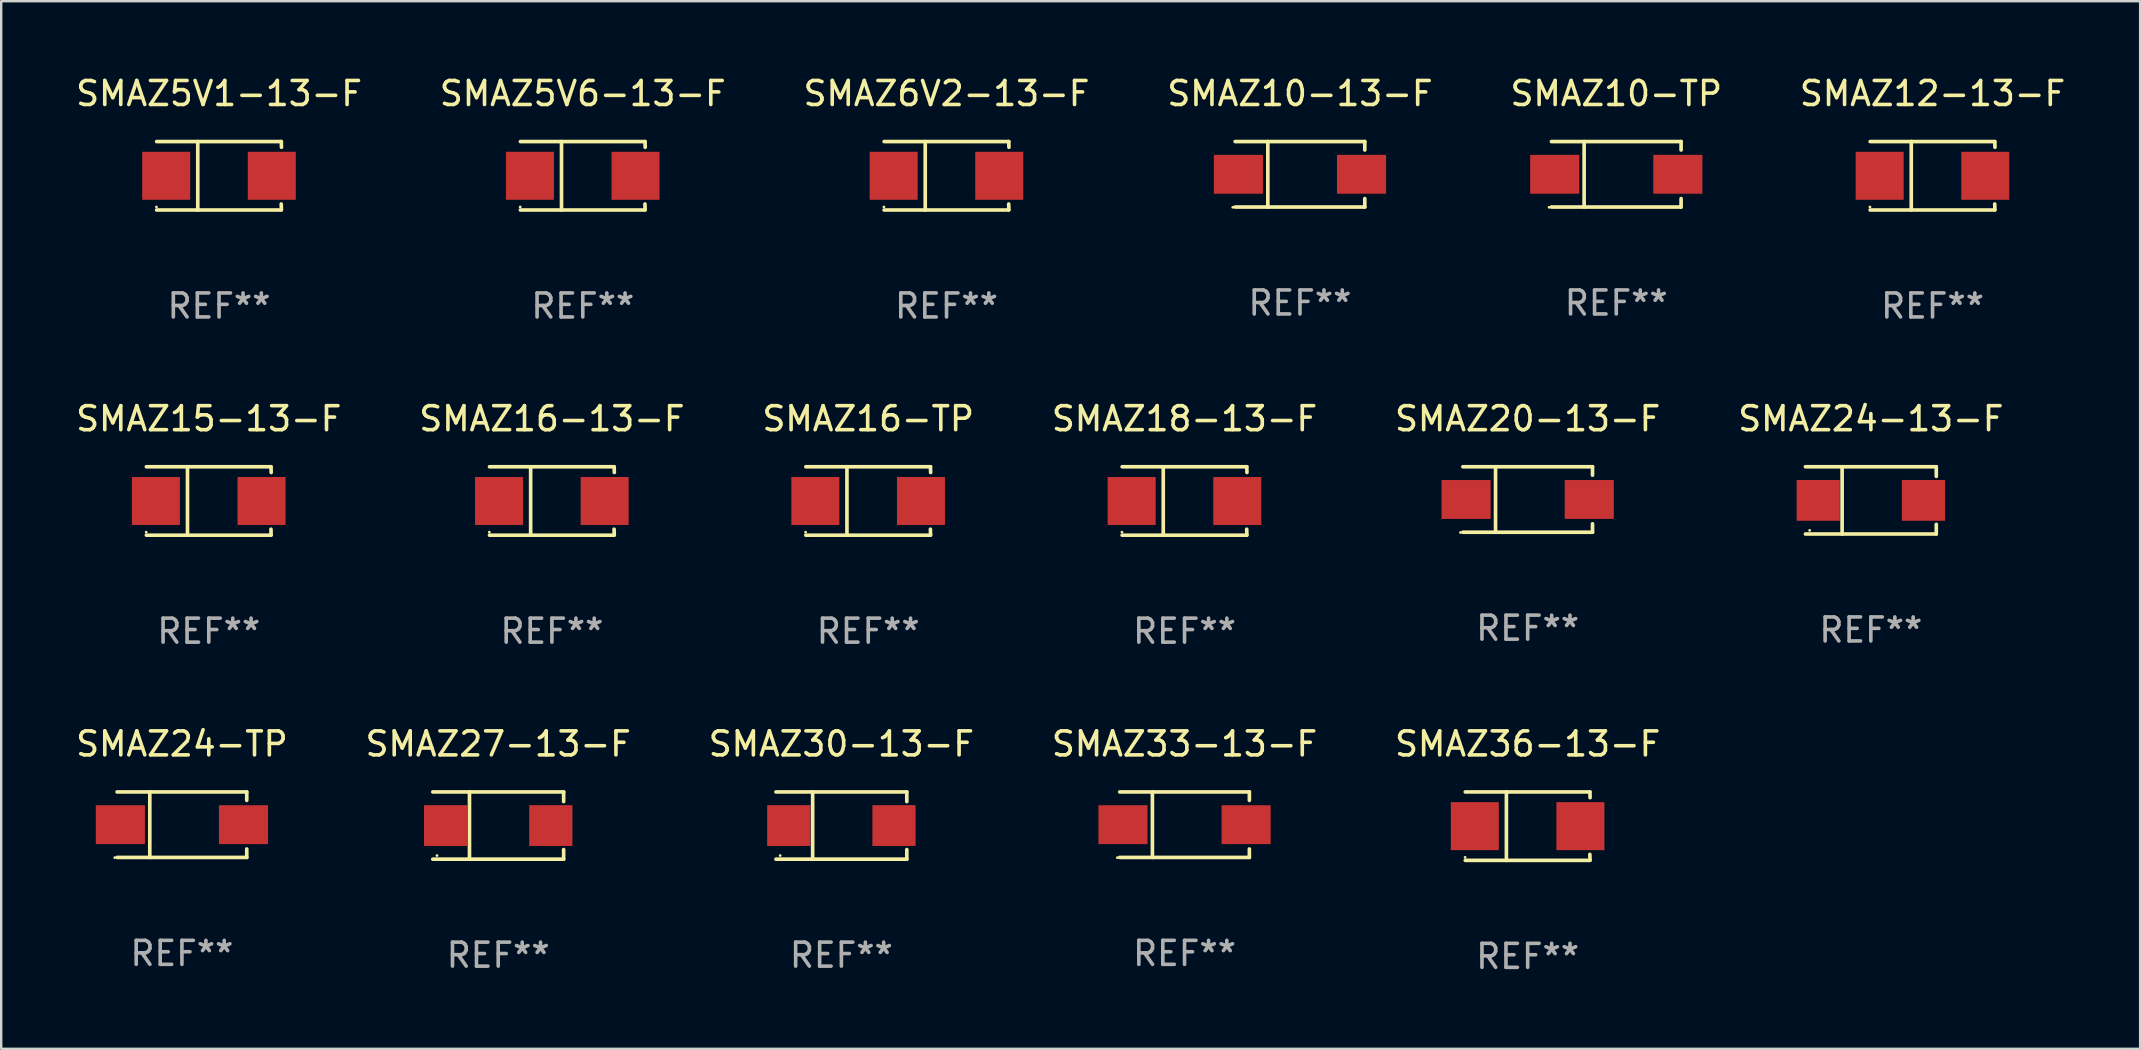
<source format=kicad_pcb>
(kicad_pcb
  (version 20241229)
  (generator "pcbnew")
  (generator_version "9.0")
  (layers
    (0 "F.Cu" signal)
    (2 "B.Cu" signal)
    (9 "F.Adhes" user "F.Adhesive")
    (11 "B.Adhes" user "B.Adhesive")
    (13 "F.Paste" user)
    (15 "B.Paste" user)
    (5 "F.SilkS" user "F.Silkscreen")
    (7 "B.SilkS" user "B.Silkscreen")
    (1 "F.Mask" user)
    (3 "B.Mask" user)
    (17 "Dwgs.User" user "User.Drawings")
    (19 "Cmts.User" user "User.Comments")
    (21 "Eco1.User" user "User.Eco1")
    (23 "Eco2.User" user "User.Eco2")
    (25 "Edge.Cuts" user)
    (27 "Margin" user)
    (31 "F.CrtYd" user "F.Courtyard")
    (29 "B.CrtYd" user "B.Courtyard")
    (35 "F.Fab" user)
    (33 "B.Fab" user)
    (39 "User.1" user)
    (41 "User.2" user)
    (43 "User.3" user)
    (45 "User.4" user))
  (footprint "SMAZ10-13-F"
    (layer "F.Cu")
    (at 51.113 4.212)
    (property "Reference" "SMAZ10-13-F" (at 0 -3.364 0) (layer "F.SilkS") (effects (font (size 1 1) (thickness 0.15))))
    (attr through_hole)
    (fp_line (start -2.701 -1.364) (end 2.701 -1.364) (stroke (width 0.152) (type solid)) (layer "F.SilkS"))
    (fp_line (start -2.701 1.364) (end 2.701 1.364) (stroke (width 0.152) (type solid)) (layer "F.SilkS"))
    (fp_line (start -1.339 -1.364) (end -1.339 1.364) (stroke (width 0.152) (type solid)) (layer "F.SilkS"))
    (fp_line (start 2.701 -1.364) (end 2.701 -1.013) (stroke (width 0.152) (type solid)) (layer "F.SilkS"))
    (fp_line (start 2.701 1.364) (end 2.701 1.013) (stroke (width 0.152) (type solid)) (layer "F.SilkS"))
    (fp_circle (center -2.8 1.375) (end -2.77 1.375) (stroke (width 0.06) (type solid)) (fill no) (layer "F.SilkS"))
    (fp_text user "REF**" (at 0 5.364 0) (layer "F.Fab") (effects (font (size 1 1) (thickness 0.15))))
    (pad "1" smd rect (at -2.565 -0.000025) (size 2.046 1.62) (layers "F.Cu" "F.Mask" "F.Paste"))
    (pad "2" smd rect (at 2.565 -0.000025) (size 2.046 1.62) (layers "F.Cu" "F.Mask" "F.Paste")))
  (footprint "SMAZ15-13-F"
    (layer "F.Cu")
    (at 5.649 17.823)
    (property "Reference" "SMAZ15-13-F" (at 0 -3.426 0) (layer "F.SilkS") (effects (font (size 1 1) (thickness 0.15))))
    (attr through_hole)
    (fp_line (start -2.6 -1.426) (end 2.593 -1.426) (stroke (width 0.152) (type solid)) (layer "F.SilkS"))
    (fp_line (start -2.6 1.426) (end 2.593 1.426) (stroke (width 0.152) (type solid)) (layer "F.SilkS"))
    (fp_line (start -0.887 -1.426) (end -0.887 1.426) (stroke (width 0.152) (type solid)) (layer "F.SilkS"))
    (fp_line (start 2.59 1.176) (end 2.597 1.415) (stroke (width 0.152) (type solid)) (layer "F.SilkS"))
    (fp_line (start 2.593 -1.426) (end 2.6 -1.187) (stroke (width 0.152) (type solid)) (layer "F.SilkS"))
    (fp_circle (center -2.608 1.3) (end -2.578 1.3) (stroke (width 0.06) (type solid)) (fill no) (layer "F.SilkS"))
    (fp_text user "REF**" (at 0 5.426 0) (layer "F.Fab") (effects (font (size 1 1) (thickness 0.15))))
    (pad "1" smd rect (at -2.203 0 180) (size 2 2) (layers "F.Cu" "F.Mask" "F.Paste"))
    (pad "2" smd rect (at 2.197 0 180) (size 2 2) (layers "F.Cu" "F.Mask" "F.Paste")))
  (footprint "SMAZ16-13-F"
    (layer "F.Cu")
    (at 19.946 17.823)
    (property "Reference" "SMAZ16-13-F" (at 0 -3.426 0) (layer "F.SilkS") (effects (font (size 1 1) (thickness 0.15))))
    (attr through_hole)
    (fp_line (start -2.6 -1.426) (end 2.593 -1.426) (stroke (width 0.152) (type solid)) (layer "F.SilkS"))
    (fp_line (start -2.6 1.426) (end 2.593 1.426) (stroke (width 0.152) (type solid)) (layer "F.SilkS"))
    (fp_line (start -0.887 -1.426) (end -0.887 1.426) (stroke (width 0.152) (type solid)) (layer "F.SilkS"))
    (fp_line (start 2.59 1.176) (end 2.597 1.415) (stroke (width 0.152) (type solid)) (layer "F.SilkS"))
    (fp_line (start 2.593 -1.426) (end 2.6 -1.187) (stroke (width 0.152) (type solid)) (layer "F.SilkS"))
    (fp_circle (center -2.608 1.3) (end -2.578 1.3) (stroke (width 0.06) (type solid)) (fill no) (layer "F.SilkS"))
    (fp_text user "REF**" (at 0 5.426 0) (layer "F.Fab") (effects (font (size 1 1) (thickness 0.15))))
    (pad "1" smd rect (at -2.203 0 180) (size 2 2) (layers "F.Cu" "F.Mask" "F.Paste"))
    (pad "2" smd rect (at 2.197 0 180) (size 2 2) (layers "F.Cu" "F.Mask" "F.Paste")))
  (footprint "SMAZ20-13-F"
    (layer "F.Cu")
    (at 60.601 17.761)
    (property "Reference" "SMAZ20-13-F" (at 0 -3.364 0) (layer "F.SilkS") (effects (font (size 1 1) (thickness 0.15))))
    (attr through_hole)
    (fp_line (start -2.701 -1.364) (end 2.701 -1.364) (stroke (width 0.152) (type solid)) (layer "F.SilkS"))
    (fp_line (start -2.701 1.364) (end 2.701 1.364) (stroke (width 0.152) (type solid)) (layer "F.SilkS"))
    (fp_line (start -1.339 -1.364) (end -1.339 1.364) (stroke (width 0.152) (type solid)) (layer "F.SilkS"))
    (fp_line (start 2.701 -1.364) (end 2.701 -1.013) (stroke (width 0.152) (type solid)) (layer "F.SilkS"))
    (fp_line (start 2.701 1.364) (end 2.701 1.013) (stroke (width 0.152) (type solid)) (layer "F.SilkS"))
    (fp_circle (center -2.8 1.375) (end -2.77 1.375) (stroke (width 0.06) (type solid)) (fill no) (layer "F.SilkS"))
    (fp_text user "REF**" (at 0 5.364 0) (layer "F.Fab") (effects (font (size 1 1) (thickness 0.15))))
    (pad "1" smd rect (at -2.565 -0.000025) (size 2.046 1.62) (layers "F.Cu" "F.Mask" "F.Paste"))
    (pad "2" smd rect (at 2.565 -0.000025) (size 2.046 1.62) (layers "F.Cu" "F.Mask" "F.Paste")))
  (footprint "SMAZ24-TP"
    (layer "F.Cu")
    (at 4.53 31.31)
    (property "Reference" "SMAZ24-TP" (at 0 -3.364 0) (layer "F.SilkS") (effects (font (size 1 1) (thickness 0.15))))
    (attr through_hole)
    (fp_line (start -2.701 -1.364) (end 2.701 -1.364) (stroke (width 0.152) (type solid)) (layer "F.SilkS"))
    (fp_line (start -2.701 1.364) (end 2.701 1.364) (stroke (width 0.152) (type solid)) (layer "F.SilkS"))
    (fp_line (start -1.339 -1.364) (end -1.339 1.364) (stroke (width 0.152) (type solid)) (layer "F.SilkS"))
    (fp_line (start 2.701 -1.364) (end 2.701 -1.013) (stroke (width 0.152) (type solid)) (layer "F.SilkS"))
    (fp_line (start 2.701 1.364) (end 2.701 1.013) (stroke (width 0.152) (type solid)) (layer "F.SilkS"))
    (fp_circle (center -2.8 1.375) (end -2.77 1.375) (stroke (width 0.06) (type solid)) (fill no) (layer "F.SilkS"))
    (fp_text user "REF**" (at 0 5.364 0) (layer "F.Fab") (effects (font (size 1 1) (thickness 0.15))))
    (pad "1" smd rect (at -2.565 -0.000025) (size 2.046 1.62) (layers "F.Cu" "F.Mask" "F.Paste"))
    (pad "2" smd rect (at 2.565 -0.000025) (size 2.046 1.62) (layers "F.Cu" "F.Mask" "F.Paste")))
  (footprint "SMAZ27-13-F"
    (layer "F.Cu")
    (at 17.708 31.347)
    (property "Reference" "SMAZ27-13-F" (at 0 -3.401 0) (layer "F.SilkS") (effects (font (size 1 1) (thickness 0.15))))
    (attr through_hole)
    (fp_line (start -2.726 -1.401) (end 2.726 -1.401) (stroke (width 0.152) (type solid)) (layer "F.SilkS"))
    (fp_line (start -2.726 1.401) (end 2.726 1.401) (stroke (width 0.152) (type solid)) (layer "F.SilkS"))
    (fp_line (start -1.197 -1.401) (end -1.197 1.401) (stroke (width 0.152) (type solid)) (layer "F.SilkS"))
    (fp_line (start 2.726 -1.401) (end 2.726 -1) (stroke (width 0.152) (type solid)) (layer "F.SilkS"))
    (fp_line (start 2.726 1.401) (end 2.726 1) (stroke (width 0.152) (type solid)) (layer "F.SilkS"))
    (fp_circle (center -2.55 1.25) (end -2.52 1.25) (stroke (width 0.06) (type solid)) (fill no) (layer "F.SilkS"))
    (fp_text user "REF**" (at 0 5.401 0) (layer "F.Fab") (effects (font (size 1 1) (thickness 0.15))))
    (pad "1" smd rect (at -2.192 0) (size 1.8 1.7) (layers "F.Cu" "F.Mask" "F.Paste"))
    (pad "2" smd rect (at 2.192 0) (size 1.8 1.7) (layers "F.Cu" "F.Mask" "F.Paste")))
  (footprint "SMAZ5V1-13-F"
    (layer "F.Cu")
    (at 6.077 4.274)
    (property "Reference" "SMAZ5V1-13-F" (at 0 -3.426 0) (layer "F.SilkS") (effects (font (size 1 1) (thickness 0.15))))
    (attr through_hole)
    (fp_line (start -2.6 -1.426) (end 2.593 -1.426) (stroke (width 0.152) (type solid)) (layer "F.SilkS"))
    (fp_line (start -2.6 1.426) (end 2.593 1.426) (stroke (width 0.152) (type solid)) (layer "F.SilkS"))
    (fp_line (start -0.887 -1.426) (end -0.887 1.426) (stroke (width 0.152) (type solid)) (layer "F.SilkS"))
    (fp_line (start 2.59 1.176) (end 2.597 1.415) (stroke (width 0.152) (type solid)) (layer "F.SilkS"))
    (fp_line (start 2.593 -1.426) (end 2.6 -1.187) (stroke (width 0.152) (type solid)) (layer "F.SilkS"))
    (fp_circle (center -2.608 1.3) (end -2.578 1.3) (stroke (width 0.06) (type solid)) (fill no) (layer "F.SilkS"))
    (fp_text user "REF**" (at 0 5.426 0) (layer "F.Fab") (effects (font (size 1 1) (thickness 0.15))))
    (pad "1" smd rect (at -2.203 0 180) (size 2 2) (layers "F.Cu" "F.Mask" "F.Paste"))
    (pad "2" smd rect (at 2.197 0 180) (size 2 2) (layers "F.Cu" "F.Mask" "F.Paste")))
  (footprint "SMAZ5V6-13-F"
    (layer "F.Cu")
    (at 21.232 4.274)
    (property "Reference" "SMAZ5V6-13-F" (at 0 -3.426 0) (layer "F.SilkS") (effects (font (size 1 1) (thickness 0.15))))
    (attr through_hole)
    (fp_line (start -2.6 -1.426) (end 2.593 -1.426) (stroke (width 0.152) (type solid)) (layer "F.SilkS"))
    (fp_line (start -2.6 1.426) (end 2.593 1.426) (stroke (width 0.152) (type solid)) (layer "F.SilkS"))
    (fp_line (start -0.887 -1.426) (end -0.887 1.426) (stroke (width 0.152) (type solid)) (layer "F.SilkS"))
    (fp_line (start 2.59 1.176) (end 2.597 1.415) (stroke (width 0.152) (type solid)) (layer "F.SilkS"))
    (fp_line (start 2.593 -1.426) (end 2.6 -1.187) (stroke (width 0.152) (type solid)) (layer "F.SilkS"))
    (fp_circle (center -2.608 1.3) (end -2.578 1.3) (stroke (width 0.06) (type solid)) (fill no) (layer "F.SilkS"))
    (fp_text user "REF**" (at 0 5.426 0) (layer "F.Fab") (effects (font (size 1 1) (thickness 0.15))))
    (pad "1" smd rect (at -2.203 0 180) (size 2 2) (layers "F.Cu" "F.Mask" "F.Paste"))
    (pad "2" smd rect (at 2.197 0 180) (size 2 2) (layers "F.Cu" "F.Mask" "F.Paste")))
  (footprint "SMAZ30-13-F"
    (layer "F.Cu")
    (at 32.006 31.347)
    (property "Reference" "SMAZ30-13-F" (at 0 -3.401 0) (layer "F.SilkS") (effects (font (size 1 1) (thickness 0.15))))
    (attr through_hole)
    (fp_line (start -2.726 -1.401) (end 2.726 -1.401) (stroke (width 0.152) (type solid)) (layer "F.SilkS"))
    (fp_line (start -2.726 1.401) (end 2.726 1.401) (stroke (width 0.152) (type solid)) (layer "F.SilkS"))
    (fp_line (start -1.197 -1.401) (end -1.197 1.401) (stroke (width 0.152) (type solid)) (layer "F.SilkS"))
    (fp_line (start 2.726 -1.401) (end 2.726 -1) (stroke (width 0.152) (type solid)) (layer "F.SilkS"))
    (fp_line (start 2.726 1.401) (end 2.726 1) (stroke (width 0.152) (type solid)) (layer "F.SilkS"))
    (fp_circle (center -2.55 1.25) (end -2.52 1.25) (stroke (width 0.06) (type solid)) (fill no) (layer "F.SilkS"))
    (fp_text user "REF**" (at 0 5.401 0) (layer "F.Fab") (effects (font (size 1 1) (thickness 0.15))))
    (pad "1" smd rect (at -2.192 0) (size 1.8 1.7) (layers "F.Cu" "F.Mask" "F.Paste"))
    (pad "2" smd rect (at 2.192 0) (size 1.8 1.7) (layers "F.Cu" "F.Mask" "F.Paste")))
  (footprint "SMAZ36-13-F"
    (layer "F.Cu")
    (at 60.601 31.372)
    (property "Reference" "SMAZ36-13-F" (at 0 -3.426 0) (layer "F.SilkS") (effects (font (size 1 1) (thickness 0.15))))
    (attr through_hole)
    (fp_line (start -2.6 -1.426) (end 2.593 -1.426) (stroke (width 0.152) (type solid)) (layer "F.SilkS"))
    (fp_line (start -2.6 1.426) (end 2.593 1.426) (stroke (width 0.152) (type solid)) (layer "F.SilkS"))
    (fp_line (start -0.887 -1.426) (end -0.887 1.426) (stroke (width 0.152) (type solid)) (layer "F.SilkS"))
    (fp_line (start 2.59 1.176) (end 2.597 1.415) (stroke (width 0.152) (type solid)) (layer "F.SilkS"))
    (fp_line (start 2.593 -1.426) (end 2.6 -1.187) (stroke (width 0.152) (type solid)) (layer "F.SilkS"))
    (fp_circle (center -2.608 1.3) (end -2.578 1.3) (stroke (width 0.06) (type solid)) (fill no) (layer "F.SilkS"))
    (fp_text user "REF**" (at 0 5.426 0) (layer "F.Fab") (effects (font (size 1 1) (thickness 0.15))))
    (pad "1" smd rect (at -2.203 0 180) (size 2 2) (layers "F.Cu" "F.Mask" "F.Paste"))
    (pad "2" smd rect (at 2.197 0 180) (size 2 2) (layers "F.Cu" "F.Mask" "F.Paste")))
  (footprint "SMAZ12-13-F"
    (layer "F.Cu")
    (at 77.47 4.274)
    (property "Reference" "SMAZ12-13-F" (at 0 -3.426 0) (layer "F.SilkS") (effects (font (size 1 1) (thickness 0.15))))
    (attr through_hole)
    (fp_line (start -2.6 -1.426) (end 2.593 -1.426) (stroke (width 0.152) (type solid)) (layer "F.SilkS"))
    (fp_line (start -2.6 1.426) (end 2.593 1.426) (stroke (width 0.152) (type solid)) (layer "F.SilkS"))
    (fp_line (start -0.887 -1.426) (end -0.887 1.426) (stroke (width 0.152) (type solid)) (layer "F.SilkS"))
    (fp_line (start 2.59 1.176) (end 2.597 1.415) (stroke (width 0.152) (type solid)) (layer "F.SilkS"))
    (fp_line (start 2.593 -1.426) (end 2.6 -1.187) (stroke (width 0.152) (type solid)) (layer "F.SilkS"))
    (fp_circle (center -2.608 1.3) (end -2.578 1.3) (stroke (width 0.06) (type solid)) (fill no) (layer "F.SilkS"))
    (fp_text user "REF**" (at 0 5.426 0) (layer "F.Fab") (effects (font (size 1 1) (thickness 0.15))))
    (pad "1" smd rect (at -2.203 0 180) (size 2 2) (layers "F.Cu" "F.Mask" "F.Paste"))
    (pad "2" smd rect (at 2.197 0 180) (size 2 2) (layers "F.Cu" "F.Mask" "F.Paste")))
  (footprint "SMAZ6V2-13-F"
    (layer "F.Cu")
    (at 36.387 4.274)
    (property "Reference" "SMAZ6V2-13-F" (at 0 -3.426 0) (layer "F.SilkS") (effects (font (size 1 1) (thickness 0.15))))
    (attr through_hole)
    (fp_line (start -2.6 -1.426) (end 2.593 -1.426) (stroke (width 0.152) (type solid)) (layer "F.SilkS"))
    (fp_line (start -2.6 1.426) (end 2.593 1.426) (stroke (width 0.152) (type solid)) (layer "F.SilkS"))
    (fp_line (start -0.887 -1.426) (end -0.887 1.426) (stroke (width 0.152) (type solid)) (layer "F.SilkS"))
    (fp_line (start 2.59 1.176) (end 2.597 1.415) (stroke (width 0.152) (type solid)) (layer "F.SilkS"))
    (fp_line (start 2.593 -1.426) (end 2.6 -1.187) (stroke (width 0.152) (type solid)) (layer "F.SilkS"))
    (fp_circle (center -2.608 1.3) (end -2.578 1.3) (stroke (width 0.06) (type solid)) (fill no) (layer "F.SilkS"))
    (fp_text user "REF**" (at 0 5.426 0) (layer "F.Fab") (effects (font (size 1 1) (thickness 0.15))))
    (pad "1" smd rect (at -2.203 0 180) (size 2 2) (layers "F.Cu" "F.Mask" "F.Paste"))
    (pad "2" smd rect (at 2.197 0 180) (size 2 2) (layers "F.Cu" "F.Mask" "F.Paste")))
  (footprint "SMAZ16-TP"
    (layer "F.Cu")
    (at 33.125 17.823)
    (property "Reference" "SMAZ16-TP" (at 0 -3.426 0) (layer "F.SilkS") (effects (font (size 1 1) (thickness 0.15))))
    (attr through_hole)
    (fp_line (start -2.6 -1.426) (end 2.593 -1.426) (stroke (width 0.152) (type solid)) (layer "F.SilkS"))
    (fp_line (start -2.6 1.426) (end 2.593 1.426) (stroke (width 0.152) (type solid)) (layer "F.SilkS"))
    (fp_line (start -0.887 -1.426) (end -0.887 1.426) (stroke (width 0.152) (type solid)) (layer "F.SilkS"))
    (fp_line (start 2.59 1.176) (end 2.597 1.415) (stroke (width 0.152) (type solid)) (layer "F.SilkS"))
    (fp_line (start 2.593 -1.426) (end 2.6 -1.187) (stroke (width 0.152) (type solid)) (layer "F.SilkS"))
    (fp_circle (center -2.608 1.3) (end -2.578 1.3) (stroke (width 0.06) (type solid)) (fill no) (layer "F.SilkS"))
    (fp_text user "REF**" (at 0 5.426 0) (layer "F.Fab") (effects (font (size 1 1) (thickness 0.15))))
    (pad "1" smd rect (at -2.203 0 180) (size 2 2) (layers "F.Cu" "F.Mask" "F.Paste"))
    (pad "2" smd rect (at 2.197 0 180) (size 2 2) (layers "F.Cu" "F.Mask" "F.Paste")))
  (footprint "SMAZ18-13-F"
    (layer "F.Cu")
    (at 46.304 17.823)
    (property "Reference" "SMAZ18-13-F" (at 0 -3.426 0) (layer "F.SilkS") (effects (font (size 1 1) (thickness 0.15))))
    (attr through_hole)
    (fp_line (start -2.6 -1.426) (end 2.593 -1.426) (stroke (width 0.152) (type solid)) (layer "F.SilkS"))
    (fp_line (start -2.6 1.426) (end 2.593 1.426) (stroke (width 0.152) (type solid)) (layer "F.SilkS"))
    (fp_line (start -0.887 -1.426) (end -0.887 1.426) (stroke (width 0.152) (type solid)) (layer "F.SilkS"))
    (fp_line (start 2.59 1.176) (end 2.597 1.415) (stroke (width 0.152) (type solid)) (layer "F.SilkS"))
    (fp_line (start 2.593 -1.426) (end 2.6 -1.187) (stroke (width 0.152) (type solid)) (layer "F.SilkS"))
    (fp_circle (center -2.608 1.3) (end -2.578 1.3) (stroke (width 0.06) (type solid)) (fill no) (layer "F.SilkS"))
    (fp_text user "REF**" (at 0 5.426 0) (layer "F.Fab") (effects (font (size 1 1) (thickness 0.15))))
    (pad "1" smd rect (at -2.203 0 180) (size 2 2) (layers "F.Cu" "F.Mask" "F.Paste"))
    (pad "2" smd rect (at 2.197 0 180) (size 2 2) (layers "F.Cu" "F.Mask" "F.Paste")))
  (footprint "SMAZ10-TP"
    (layer "F.Cu")
    (at 64.292 4.212)
    (property "Reference" "SMAZ10-TP" (at 0 -3.364 0) (layer "F.SilkS") (effects (font (size 1 1) (thickness 0.15))))
    (attr through_hole)
    (fp_line (start -2.701 -1.364) (end 2.701 -1.364) (stroke (width 0.152) (type solid)) (layer "F.SilkS"))
    (fp_line (start -2.701 1.364) (end 2.701 1.364) (stroke (width 0.152) (type solid)) (layer "F.SilkS"))
    (fp_line (start -1.339 -1.364) (end -1.339 1.364) (stroke (width 0.152) (type solid)) (layer "F.SilkS"))
    (fp_line (start 2.701 -1.364) (end 2.701 -1.013) (stroke (width 0.152) (type solid)) (layer "F.SilkS"))
    (fp_line (start 2.701 1.364) (end 2.701 1.013) (stroke (width 0.152) (type solid)) (layer "F.SilkS"))
    (fp_circle (center -2.8 1.375) (end -2.77 1.375) (stroke (width 0.06) (type solid)) (fill no) (layer "F.SilkS"))
    (fp_text user "REF**" (at 0 5.364 0) (layer "F.Fab") (effects (font (size 1 1) (thickness 0.15))))
    (pad "1" smd rect (at -2.565 -0.000025) (size 2.046 1.62) (layers "F.Cu" "F.Mask" "F.Paste"))
    (pad "2" smd rect (at 2.565 -0.000025) (size 2.046 1.62) (layers "F.Cu" "F.Mask" "F.Paste")))
  (footprint "SMAZ33-13-F"
    (layer "F.Cu")
    (at 46.304 31.31)
    (property "Reference" "SMAZ33-13-F" (at 0 -3.364 0) (layer "F.SilkS") (effects (font (size 1 1) (thickness 0.15))))
    (attr through_hole)
    (fp_line (start -2.701 -1.364) (end 2.701 -1.364) (stroke (width 0.152) (type solid)) (layer "F.SilkS"))
    (fp_line (start -2.701 1.364) (end 2.701 1.364) (stroke (width 0.152) (type solid)) (layer "F.SilkS"))
    (fp_line (start -1.339 -1.364) (end -1.339 1.364) (stroke (width 0.152) (type solid)) (layer "F.SilkS"))
    (fp_line (start 2.701 -1.364) (end 2.701 -1.013) (stroke (width 0.152) (type solid)) (layer "F.SilkS"))
    (fp_line (start 2.701 1.364) (end 2.701 1.013) (stroke (width 0.152) (type solid)) (layer "F.SilkS"))
    (fp_circle (center -2.8 1.375) (end -2.77 1.375) (stroke (width 0.06) (type solid)) (fill no) (layer "F.SilkS"))
    (fp_text user "REF**" (at 0 5.364 0) (layer "F.Fab") (effects (font (size 1 1) (thickness 0.15))))
    (pad "1" smd rect (at -2.565 -0.000025) (size 2.046 1.62) (layers "F.Cu" "F.Mask" "F.Paste"))
    (pad "2" smd rect (at 2.565 -0.000025) (size 2.046 1.62) (layers "F.Cu" "F.Mask" "F.Paste")))
  (footprint "SMAZ24-13-F"
    (layer "F.Cu")
    (at 74.899 17.798)
    (property "Reference" "SMAZ24-13-F" (at 0 -3.401 0) (layer "F.SilkS") (effects (font (size 1 1) (thickness 0.15))))
    (attr through_hole)
    (fp_line (start -2.726 -1.401) (end 2.726 -1.401) (stroke (width 0.152) (type solid)) (layer "F.SilkS"))
    (fp_line (start -2.726 1.401) (end 2.726 1.401) (stroke (width 0.152) (type solid)) (layer "F.SilkS"))
    (fp_line (start -1.197 -1.401) (end -1.197 1.401) (stroke (width 0.152) (type solid)) (layer "F.SilkS"))
    (fp_line (start 2.726 -1.401) (end 2.726 -1) (stroke (width 0.152) (type solid)) (layer "F.SilkS"))
    (fp_line (start 2.726 1.401) (end 2.726 1) (stroke (width 0.152) (type solid)) (layer "F.SilkS"))
    (fp_circle (center -2.55 1.25) (end -2.52 1.25) (stroke (width 0.06) (type solid)) (fill no) (layer "F.SilkS"))
    (fp_text user "REF**" (at 0 5.401 0) (layer "F.Fab") (effects (font (size 1 1) (thickness 0.15))))
    (pad "1" smd rect (at -2.192 0) (size 1.8 1.7) (layers "F.Cu" "F.Mask" "F.Paste"))
    (pad "2" smd rect (at 2.192 0) (size 1.8 1.7) (layers "F.Cu" "F.Mask" "F.Paste")))
  (gr_rect
    (start -3 -3)
    (end 86.119 40.647)
    (stroke (width 0.1) (type default))
    (fill no)
    (layer "Edge.Cuts")))
</source>
